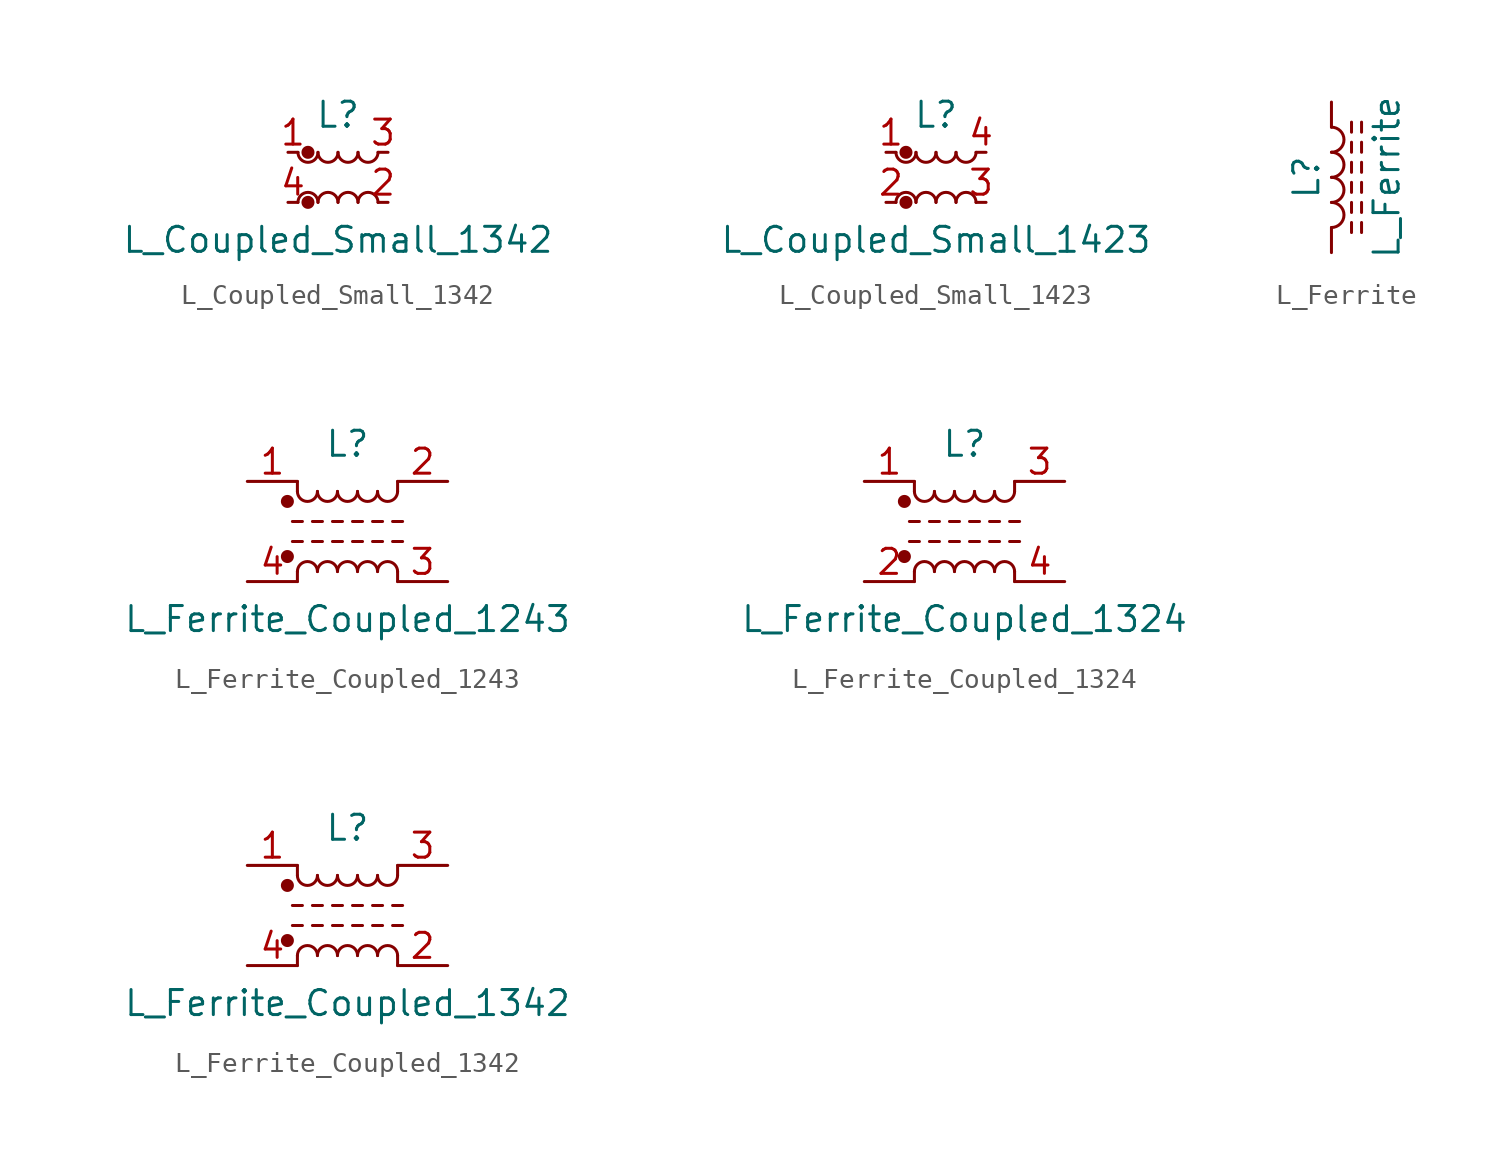
<source format=kicad_sym>
(kicad_symbol_lib
  (version 20201005)
  (generator kicad_symbol_editor)
  (symbol "L_Coupled_Small_1342"
    (pin_names
      (offset 0.254) hide)
    (property "Reference" "L"
      (at 0 3.175 0)
      (effects (font (size 1.27 1.27))))
    (property "Value" "L_Coupled_Small_1342"
      (at 0 -3.175 0)
      (effects (font (size 1.27 1.27))))
    (symbol "L_Coupled_Small_1342_0_1"
      (arc (start -1.016 -1.27) (end -2.032 -1.27) (radius (at -1.524 -1.27) (length 0.508) (angles 0.1 179.9)) (stroke (width 0)) (fill (type none)))
      (arc (start -2.032 1.27) (end -1.016 1.27) (radius (at -1.524 1.27) (length 0.508) (angles -179.9 -0.1)) (stroke (width 0)) (fill (type none)))
      (arc (start 0 -1.27) (end -1.016 -1.27) (radius (at -0.508 -1.27) (length 0.508) (angles 0.1 179.9)) (stroke (width 0)) (fill (type none)))
      (arc (start -1.016 1.27) (end 0 1.27) (radius (at -0.508 1.27) (length 0.508) (angles -179.9 -0.1)) (stroke (width 0)) (fill (type none)))
      (arc (start 1.016 -1.27) (end 0 -1.27) (radius (at 0.508 -1.27) (length 0.508) (angles 0.1 179.9)) (stroke (width 0)) (fill (type none)))
      (arc (start 0 1.27) (end 1.016 1.27) (radius (at 0.508 1.27) (length 0.508) (angles -179.9 -0.1)) (stroke (width 0)) (fill (type none)))
      (arc (start 2.032 -1.27) (end 1.016 -1.27) (radius (at 1.524 -1.27) (length 0.508) (angles 0.1 179.9)) (stroke (width 0)) (fill (type none)))
      (arc (start 1.016 1.27) (end 2.032 1.27) (radius (at 1.524 1.27) (length 0.508) (angles -179.9 -0.1)) (stroke (width 0)) (fill (type none)))
      (circle (center -1.524 -1.27) (radius 0.254) (stroke (width 0)) (fill (type outline)))
      (circle (center -1.524 1.27) (radius 0.254) (stroke (width 0)) (fill (type outline))))
    (symbol "L_Coupled_Small_1342_1_1"
      (pin passive line (at -2.54 1.27 0) (length 0.508) (name "1" (effects (font (size 1.27 1.27)))) (number "1" (effects (font (size 1.27 1.27)))))
      (pin passive line (at 2.54 -1.27 180) (length 0.508) (name "2" (effects (font (size 1.27 1.27)))) (number "2" (effects (font (size 1.27 1.27)))))
      (pin passive line (at 2.54 1.27 180) (length 0.508) (name "3" (effects (font (size 1.27 1.27)))) (number "3" (effects (font (size 1.27 1.27)))))
      (pin passive line (at -2.54 -1.27 0) (length 0.508) (name "4" (effects (font (size 1.27 1.27)))) (number "4" (effects (font (size 1.27 1.27)))))))
  (symbol "L_Coupled_Small_1423"
    (pin_names
      (offset 0.254) hide)
    (property "Reference" "L"
      (at 0 3.175 0)
      (effects (font (size 1.27 1.27))))
    (property "Value" "L_Coupled_Small_1423"
      (at 0 -3.175 0)
      (effects (font (size 1.27 1.27))))
    (symbol "L_Coupled_Small_1423_0_1"
      (arc (start -1.016 -1.27) (end -2.032 -1.27) (radius (at -1.524 -1.27) (length 0.508) (angles 0.1 179.9)) (stroke (width 0)) (fill (type none)))
      (arc (start -2.032 1.27) (end -1.016 1.27) (radius (at -1.524 1.27) (length 0.508) (angles -179.9 -0.1)) (stroke (width 0)) (fill (type none)))
      (arc (start 0 -1.27) (end -1.016 -1.27) (radius (at -0.508 -1.27) (length 0.508) (angles 0.1 179.9)) (stroke (width 0)) (fill (type none)))
      (arc (start -1.016 1.27) (end 0 1.27) (radius (at -0.508 1.27) (length 0.508) (angles -179.9 -0.1)) (stroke (width 0)) (fill (type none)))
      (arc (start 1.016 -1.27) (end 0 -1.27) (radius (at 0.508 -1.27) (length 0.508) (angles 0.1 179.9)) (stroke (width 0)) (fill (type none)))
      (arc (start 0 1.27) (end 1.016 1.27) (radius (at 0.508 1.27) (length 0.508) (angles -179.9 -0.1)) (stroke (width 0)) (fill (type none)))
      (arc (start 2.032 -1.27) (end 1.016 -1.27) (radius (at 1.524 -1.27) (length 0.508) (angles 0.1 179.9)) (stroke (width 0)) (fill (type none)))
      (arc (start 1.016 1.27) (end 2.032 1.27) (radius (at 1.524 1.27) (length 0.508) (angles -179.9 -0.1)) (stroke (width 0)) (fill (type none)))
      (circle (center -1.524 -1.27) (radius 0.254) (stroke (width 0)) (fill (type outline)))
      (circle (center -1.524 1.27) (radius 0.254) (stroke (width 0)) (fill (type outline))))
    (symbol "L_Coupled_Small_1423_1_1"
      (pin passive line (at -2.54 1.27 0) (length 0.508) (name "1" (effects (font (size 1.27 1.27)))) (number "1" (effects (font (size 1.27 1.27)))))
      (pin passive line (at -2.54 -1.27 0) (length 0.508) (name "2" (effects (font (size 1.27 1.27)))) (number "2" (effects (font (size 1.27 1.27)))))
      (pin passive line (at 2.54 -1.27 180) (length 0.508) (name "3" (effects (font (size 1.27 1.27)))) (number "3" (effects (font (size 1.27 1.27)))))
      (pin passive line (at 2.54 1.27 180) (length 0.508) (name "4" (effects (font (size 1.27 1.27)))) (number "4" (effects (font (size 1.27 1.27)))))))
  (symbol "L_Ferrite"
    (pin_numbers hide)
    (pin_names
      (offset 1.016) hide)
    (property "Reference" "L"
      (at -1.27 0 90)
      (effects (font (size 1.27 1.27))))
    (property "Value" "L_Ferrite"
      (at 2.794 0 90)
      (effects (font (size 1.27 1.27))))
    (symbol "L_Ferrite_0_1"
      (arc (start 0 -2.54) (end 0 -1.27) (radius (at 0 -1.905) (length 0.635) (angles -89.9 89.9)) (stroke (width 0)) (fill (type none)))
      (arc (start 0 -1.27) (end 0 0) (radius (at 0 -0.635) (length 0.635) (angles -89.9 89.9)) (stroke (width 0)) (fill (type none)))
      (arc (start 0 0) (end 0 1.27) (radius (at 0 0.635) (length 0.635) (angles -89.9 89.9)) (stroke (width 0)) (fill (type none)))
      (arc (start 0 1.27) (end 0 2.54) (radius (at 0 1.905) (length 0.635) (angles -89.9 89.9)) (stroke (width 0)) (fill (type none)))
      (polyline (pts (xy 1.016 -2.794) (xy 1.016 -2.286)) (stroke (width 0)) (fill (type none)))
      (polyline (pts (xy 1.016 -1.778) (xy 1.016 -1.27)) (stroke (width 0)) (fill (type none)))
      (polyline (pts (xy 1.016 -0.762) (xy 1.016 -0.254)) (stroke (width 0)) (fill (type none)))
      (polyline (pts (xy 1.016 0.254) (xy 1.016 0.762)) (stroke (width 0)) (fill (type none)))
      (polyline (pts (xy 1.016 1.27) (xy 1.016 1.778)) (stroke (width 0)) (fill (type none)))
      (polyline (pts (xy 1.016 2.286) (xy 1.016 2.794)) (stroke (width 0)) (fill (type none)))
      (polyline (pts (xy 1.524 -2.286) (xy 1.524 -2.794)) (stroke (width 0)) (fill (type none)))
      (polyline (pts (xy 1.524 -1.27) (xy 1.524 -1.778)) (stroke (width 0)) (fill (type none)))
      (polyline (pts (xy 1.524 -0.254) (xy 1.524 -0.762)) (stroke (width 0)) (fill (type none)))
      (polyline (pts (xy 1.524 0.762) (xy 1.524 0.254)) (stroke (width 0)) (fill (type none)))
      (polyline (pts (xy 1.524 1.778) (xy 1.524 1.27)) (stroke (width 0)) (fill (type none)))
      (polyline (pts (xy 1.524 2.794) (xy 1.524 2.286)) (stroke (width 0)) (fill (type none))))
    (symbol "L_Ferrite_1_1"
      (pin passive line (at 0 3.81 270) (length 1.27) (name "1" (effects (font (size 1.27 1.27)))) (number "1" (effects (font (size 1.27 1.27)))))
      (pin passive line (at 0 -3.81 90) (length 1.27) (name "2" (effects (font (size 1.27 1.27)))) (number "2" (effects (font (size 1.27 1.27)))))))
  (symbol "L_Ferrite_Coupled_1243"
    (pin_names
      (offset 0.254) hide)
    (property "Reference" "L"
      (at 0 4.445 0)
      (effects (font (size 1.27 1.27))))
    (property "Value" "L_Ferrite_Coupled_1243"
      (at 0 -4.445 0)
      (effects (font (size 1.27 1.27))))
    (symbol "L_Ferrite_Coupled_1243_0_1"
      (arc (start -1.524 -2.032) (end -2.54 -2.032) (radius (at -2.032 -2.032) (length 0.508) (angles 0.1 179.9)) (stroke (width 0)) (fill (type none)))
      (arc (start -2.54 2.032) (end -1.524 2.032) (radius (at -2.032 2.032) (length 0.508) (angles -179.9 -0.1)) (stroke (width 0)) (fill (type none)))
      (arc (start -0.508 -2.032) (end -1.524 -2.032) (radius (at -1.016 -2.032) (length 0.508) (angles 0.1 179.9)) (stroke (width 0)) (fill (type none)))
      (arc (start -1.524 2.032) (end -0.508 2.032) (radius (at -1.016 2.032) (length 0.508) (angles -179.9 -0.1)) (stroke (width 0)) (fill (type none)))
      (arc (start 0.508 -2.032) (end -0.508 -2.032) (radius (at 0 -2.032) (length 0.508) (angles 0.1 179.9)) (stroke (width 0)) (fill (type none)))
      (arc (start -0.508 2.032) (end 0.508 2.032) (radius (at 0 2.032) (length 0.508) (angles -179.9 -0.1)) (stroke (width 0)) (fill (type none)))
      (arc (start 1.524 -2.032) (end 0.508 -2.032) (radius (at 1.016 -2.032) (length 0.508) (angles 0.1 179.9)) (stroke (width 0)) (fill (type none)))
      (arc (start 0.508 2.032) (end 1.524 2.032) (radius (at 1.016 2.032) (length 0.508) (angles -179.9 -0.1)) (stroke (width 0)) (fill (type none)))
      (arc (start 2.54 -2.032) (end 1.524 -2.032) (radius (at 2.032 -2.032) (length 0.508) (angles 0.1 179.9)) (stroke (width 0)) (fill (type none)))
      (arc (start 1.524 2.032) (end 2.54 2.032) (radius (at 2.032 2.032) (length 0.508) (angles -179.9 -0.1)) (stroke (width 0)) (fill (type none)))
      (circle (center -3.048 -1.27) (radius 0.254) (stroke (width 0)) (fill (type outline)))
      (circle (center -3.048 1.524) (radius 0.254) (stroke (width 0)) (fill (type outline)))
      (polyline (pts (xy -2.794 -0.508) (xy -2.286 -0.508)) (stroke (width 0)) (fill (type none)))
      (polyline (pts (xy -2.794 0.508) (xy -2.286 0.508)) (stroke (width 0)) (fill (type none)))
      (polyline (pts (xy -2.54 -2.032) (xy -2.54 -2.54)) (stroke (width 0)) (fill (type none)))
      (polyline (pts (xy -2.54 2.032) (xy -2.54 2.54)) (stroke (width 0)) (fill (type none)))
      (polyline (pts (xy -1.778 -0.508) (xy -1.27 -0.508)) (stroke (width 0)) (fill (type none)))
      (polyline (pts (xy -1.778 0.508) (xy -1.27 0.508)) (stroke (width 0)) (fill (type none)))
      (polyline (pts (xy -0.762 -0.508) (xy -0.254 -0.508)) (stroke (width 0)) (fill (type none)))
      (polyline (pts (xy -0.762 0.508) (xy -0.254 0.508)) (stroke (width 0)) (fill (type none)))
      (polyline (pts (xy 0.254 -0.508) (xy 0.762 -0.508)) (stroke (width 0)) (fill (type none)))
      (polyline (pts (xy 0.254 0.508) (xy 0.762 0.508)) (stroke (width 0)) (fill (type none)))
      (polyline (pts (xy 1.27 -0.508) (xy 1.778 -0.508)) (stroke (width 0)) (fill (type none)))
      (polyline (pts (xy 1.27 0.508) (xy 1.778 0.508)) (stroke (width 0)) (fill (type none)))
      (polyline (pts (xy 2.286 -0.508) (xy 2.794 -0.508)) (stroke (width 0)) (fill (type none)))
      (polyline (pts (xy 2.286 0.508) (xy 2.794 0.508)) (stroke (width 0)) (fill (type none)))
      (polyline (pts (xy 2.54 -2.032) (xy 2.54 -2.54)) (stroke (width 0)) (fill (type none)))
      (polyline (pts (xy 2.54 2.54) (xy 2.54 2.032)) (stroke (width 0)) (fill (type none))))
    (symbol "L_Ferrite_Coupled_1243_1_1"
      (pin passive line (at -5.08 2.54 0) (length 2.54) (name "1" (effects (font (size 1.27 1.27)))) (number "1" (effects (font (size 1.27 1.27)))))
      (pin passive line (at 5.08 2.54 180) (length 2.54) (name "2" (effects (font (size 1.27 1.27)))) (number "2" (effects (font (size 1.27 1.27)))))
      (pin passive line (at 5.08 -2.54 180) (length 2.54) (name "3" (effects (font (size 1.27 1.27)))) (number "3" (effects (font (size 1.27 1.27)))))
      (pin passive line (at -5.08 -2.54 0) (length 2.54) (name "4" (effects (font (size 1.27 1.27)))) (number "4" (effects (font (size 1.27 1.27)))))))
  (symbol "L_Ferrite_Coupled_1324"
    (pin_names
      (offset 0.254) hide)
    (property "Reference" "L"
      (at 0 4.445 0)
      (effects (font (size 1.27 1.27))))
    (property "Value" "L_Ferrite_Coupled_1324"
      (at 0 -4.445 0)
      (effects (font (size 1.27 1.27))))
    (symbol "L_Ferrite_Coupled_1324_0_1"
      (arc (start -1.524 -2.032) (end -2.54 -2.032) (radius (at -2.032 -2.032) (length 0.508) (angles 0.1 179.9)) (stroke (width 0)) (fill (type none)))
      (arc (start -2.54 2.032) (end -1.524 2.032) (radius (at -2.032 2.032) (length 0.508) (angles -179.9 -0.1)) (stroke (width 0)) (fill (type none)))
      (arc (start -0.508 -2.032) (end -1.524 -2.032) (radius (at -1.016 -2.032) (length 0.508) (angles 0.1 179.9)) (stroke (width 0)) (fill (type none)))
      (arc (start -1.524 2.032) (end -0.508 2.032) (radius (at -1.016 2.032) (length 0.508) (angles -179.9 -0.1)) (stroke (width 0)) (fill (type none)))
      (arc (start 0.508 -2.032) (end -0.508 -2.032) (radius (at 0 -2.032) (length 0.508) (angles 0.1 179.9)) (stroke (width 0)) (fill (type none)))
      (arc (start -0.508 2.032) (end 0.508 2.032) (radius (at 0 2.032) (length 0.508) (angles -179.9 -0.1)) (stroke (width 0)) (fill (type none)))
      (arc (start 1.524 -2.032) (end 0.508 -2.032) (radius (at 1.016 -2.032) (length 0.508) (angles 0.1 179.9)) (stroke (width 0)) (fill (type none)))
      (arc (start 0.508 2.032) (end 1.524 2.032) (radius (at 1.016 2.032) (length 0.508) (angles -179.9 -0.1)) (stroke (width 0)) (fill (type none)))
      (arc (start 2.54 -2.032) (end 1.524 -2.032) (radius (at 2.032 -2.032) (length 0.508) (angles 0.1 179.9)) (stroke (width 0)) (fill (type none)))
      (arc (start 1.524 2.032) (end 2.54 2.032) (radius (at 2.032 2.032) (length 0.508) (angles -179.9 -0.1)) (stroke (width 0)) (fill (type none)))
      (circle (center -3.048 -1.27) (radius 0.254) (stroke (width 0)) (fill (type outline)))
      (circle (center -3.048 1.524) (radius 0.254) (stroke (width 0)) (fill (type outline)))
      (polyline (pts (xy -2.794 -0.508) (xy -2.286 -0.508)) (stroke (width 0)) (fill (type none)))
      (polyline (pts (xy -2.794 0.508) (xy -2.286 0.508)) (stroke (width 0)) (fill (type none)))
      (polyline (pts (xy -2.54 -2.032) (xy -2.54 -2.54)) (stroke (width 0)) (fill (type none)))
      (polyline (pts (xy -2.54 2.032) (xy -2.54 2.54)) (stroke (width 0)) (fill (type none)))
      (polyline (pts (xy -1.778 -0.508) (xy -1.27 -0.508)) (stroke (width 0)) (fill (type none)))
      (polyline (pts (xy -1.778 0.508) (xy -1.27 0.508)) (stroke (width 0)) (fill (type none)))
      (polyline (pts (xy -0.762 -0.508) (xy -0.254 -0.508)) (stroke (width 0)) (fill (type none)))
      (polyline (pts (xy -0.762 0.508) (xy -0.254 0.508)) (stroke (width 0)) (fill (type none)))
      (polyline (pts (xy 0.254 -0.508) (xy 0.762 -0.508)) (stroke (width 0)) (fill (type none)))
      (polyline (pts (xy 0.254 0.508) (xy 0.762 0.508)) (stroke (width 0)) (fill (type none)))
      (polyline (pts (xy 1.27 -0.508) (xy 1.778 -0.508)) (stroke (width 0)) (fill (type none)))
      (polyline (pts (xy 1.27 0.508) (xy 1.778 0.508)) (stroke (width 0)) (fill (type none)))
      (polyline (pts (xy 2.286 -0.508) (xy 2.794 -0.508)) (stroke (width 0)) (fill (type none)))
      (polyline (pts (xy 2.286 0.508) (xy 2.794 0.508)) (stroke (width 0)) (fill (type none)))
      (polyline (pts (xy 2.54 -2.032) (xy 2.54 -2.54)) (stroke (width 0)) (fill (type none)))
      (polyline (pts (xy 2.54 2.54) (xy 2.54 2.032)) (stroke (width 0)) (fill (type none))))
    (symbol "L_Ferrite_Coupled_1324_1_1"
      (pin passive line (at -5.08 2.54 0) (length 2.54) (name "1" (effects (font (size 1.27 1.27)))) (number "1" (effects (font (size 1.27 1.27)))))
      (pin passive line (at -5.08 -2.54 0) (length 2.54) (name "2" (effects (font (size 1.27 1.27)))) (number "2" (effects (font (size 1.27 1.27)))))
      (pin passive line (at 5.08 2.54 180) (length 2.54) (name "3" (effects (font (size 1.27 1.27)))) (number "3" (effects (font (size 1.27 1.27)))))
      (pin passive line (at 5.08 -2.54 180) (length 2.54) (name "4" (effects (font (size 1.27 1.27)))) (number "4" (effects (font (size 1.27 1.27)))))))
  (symbol "L_Ferrite_Coupled_1342"
    (pin_names
      (offset 0.254) hide)
    (property "Reference" "L"
      (at 0 4.445 0)
      (effects (font (size 1.27 1.27))))
    (property "Value" "L_Ferrite_Coupled_1342"
      (at 0 -4.445 0)
      (effects (font (size 1.27 1.27))))
    (symbol "L_Ferrite_Coupled_1342_0_1"
      (arc (start -1.524 -2.032) (end -2.54 -2.032) (radius (at -2.032 -2.032) (length 0.508) (angles 0.1 179.9)) (stroke (width 0)) (fill (type none)))
      (arc (start -2.54 2.032) (end -1.524 2.032) (radius (at -2.032 2.032) (length 0.508) (angles -179.9 -0.1)) (stroke (width 0)) (fill (type none)))
      (arc (start -0.508 -2.032) (end -1.524 -2.032) (radius (at -1.016 -2.032) (length 0.508) (angles 0.1 179.9)) (stroke (width 0)) (fill (type none)))
      (arc (start -1.524 2.032) (end -0.508 2.032) (radius (at -1.016 2.032) (length 0.508) (angles -179.9 -0.1)) (stroke (width 0)) (fill (type none)))
      (arc (start 0.508 -2.032) (end -0.508 -2.032) (radius (at 0 -2.032) (length 0.508) (angles 0.1 179.9)) (stroke (width 0)) (fill (type none)))
      (arc (start -0.508 2.032) (end 0.508 2.032) (radius (at 0 2.032) (length 0.508) (angles -179.9 -0.1)) (stroke (width 0)) (fill (type none)))
      (arc (start 1.524 -2.032) (end 0.508 -2.032) (radius (at 1.016 -2.032) (length 0.508) (angles 0.1 179.9)) (stroke (width 0)) (fill (type none)))
      (arc (start 0.508 2.032) (end 1.524 2.032) (radius (at 1.016 2.032) (length 0.508) (angles -179.9 -0.1)) (stroke (width 0)) (fill (type none)))
      (arc (start 2.54 -2.032) (end 1.524 -2.032) (radius (at 2.032 -2.032) (length 0.508) (angles 0.1 179.9)) (stroke (width 0)) (fill (type none)))
      (arc (start 1.524 2.032) (end 2.54 2.032) (radius (at 2.032 2.032) (length 0.508) (angles -179.9 -0.1)) (stroke (width 0)) (fill (type none)))
      (circle (center -3.048 -1.27) (radius 0.254) (stroke (width 0)) (fill (type outline)))
      (circle (center -3.048 1.524) (radius 0.254) (stroke (width 0)) (fill (type outline)))
      (polyline (pts (xy -2.794 -0.508) (xy -2.286 -0.508)) (stroke (width 0)) (fill (type none)))
      (polyline (pts (xy -2.794 0.508) (xy -2.286 0.508)) (stroke (width 0)) (fill (type none)))
      (polyline (pts (xy -2.54 -2.032) (xy -2.54 -2.54)) (stroke (width 0)) (fill (type none)))
      (polyline (pts (xy -2.54 2.032) (xy -2.54 2.54)) (stroke (width 0)) (fill (type none)))
      (polyline (pts (xy -1.778 -0.508) (xy -1.27 -0.508)) (stroke (width 0)) (fill (type none)))
      (polyline (pts (xy -1.778 0.508) (xy -1.27 0.508)) (stroke (width 0)) (fill (type none)))
      (polyline (pts (xy -0.762 -0.508) (xy -0.254 -0.508)) (stroke (width 0)) (fill (type none)))
      (polyline (pts (xy -0.762 0.508) (xy -0.254 0.508)) (stroke (width 0)) (fill (type none)))
      (polyline (pts (xy 0.254 -0.508) (xy 0.762 -0.508)) (stroke (width 0)) (fill (type none)))
      (polyline (pts (xy 0.254 0.508) (xy 0.762 0.508)) (stroke (width 0)) (fill (type none)))
      (polyline (pts (xy 1.27 -0.508) (xy 1.778 -0.508)) (stroke (width 0)) (fill (type none)))
      (polyline (pts (xy 1.27 0.508) (xy 1.778 0.508)) (stroke (width 0)) (fill (type none)))
      (polyline (pts (xy 2.286 -0.508) (xy 2.794 -0.508)) (stroke (width 0)) (fill (type none)))
      (polyline (pts (xy 2.286 0.508) (xy 2.794 0.508)) (stroke (width 0)) (fill (type none)))
      (polyline (pts (xy 2.54 -2.032) (xy 2.54 -2.54)) (stroke (width 0)) (fill (type none)))
      (polyline (pts (xy 2.54 2.54) (xy 2.54 2.032)) (stroke (width 0)) (fill (type none))))
    (symbol "L_Ferrite_Coupled_1342_1_1"
      (pin passive line (at -5.08 2.54 0) (length 2.54) (name "1" (effects (font (size 1.27 1.27)))) (number "1" (effects (font (size 1.27 1.27)))))
      (pin passive line (at 5.08 -2.54 180) (length 2.54) (name "2" (effects (font (size 1.27 1.27)))) (number "2" (effects (font (size 1.27 1.27)))))
      (pin passive line (at 5.08 2.54 180) (length 2.54) (name "3" (effects (font (size 1.27 1.27)))) (number "3" (effects (font (size 1.27 1.27)))))
      (pin passive line (at -5.08 -2.54 0) (length 2.54) (name "4" (effects (font (size 1.27 1.27)))) (number "4" (effects (font (size 1.27 1.27))))))))
</source>
